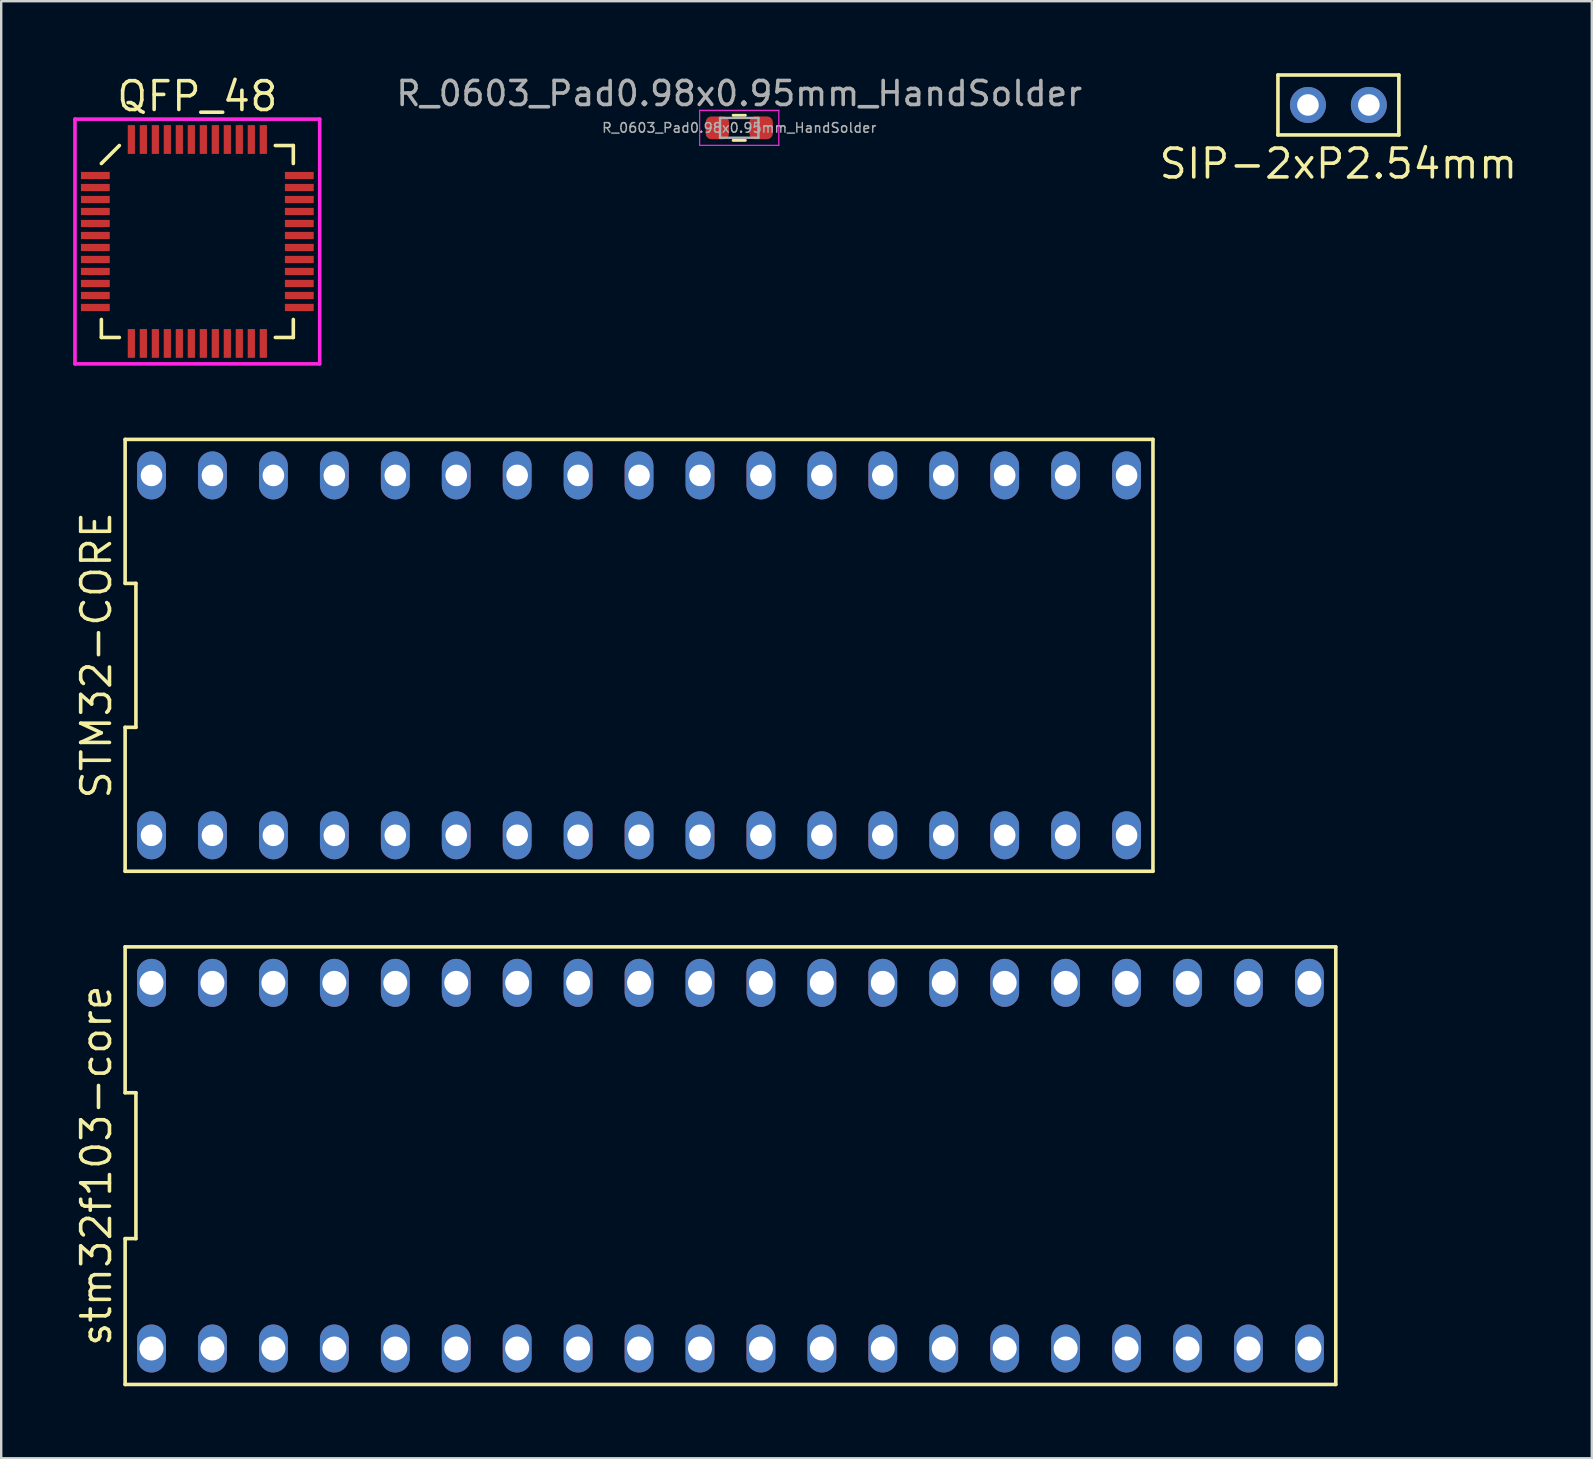
<source format=kicad_pcb>
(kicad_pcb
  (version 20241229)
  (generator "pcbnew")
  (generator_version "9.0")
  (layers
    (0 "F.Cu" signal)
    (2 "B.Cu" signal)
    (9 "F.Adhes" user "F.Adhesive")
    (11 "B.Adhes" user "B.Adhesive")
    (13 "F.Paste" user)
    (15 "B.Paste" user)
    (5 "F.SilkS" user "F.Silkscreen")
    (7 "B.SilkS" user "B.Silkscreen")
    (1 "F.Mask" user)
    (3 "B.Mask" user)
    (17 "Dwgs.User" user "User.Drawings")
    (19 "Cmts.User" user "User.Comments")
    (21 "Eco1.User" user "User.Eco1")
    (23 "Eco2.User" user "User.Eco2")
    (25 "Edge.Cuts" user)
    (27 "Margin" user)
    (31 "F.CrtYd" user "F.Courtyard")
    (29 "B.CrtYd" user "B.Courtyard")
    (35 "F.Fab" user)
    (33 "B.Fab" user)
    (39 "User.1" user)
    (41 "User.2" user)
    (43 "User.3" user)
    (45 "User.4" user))
  (footprint "R_0603_Pad0.98x0.95mm_HandSolder"
    (layer "F.Cu")
    (at 27.761 2.278)
    (property "Reference" "R_0603_Pad0.98x0.95mm_HandSolder" (at 0 -1.43 0) (layer "F.Fab") (effects (font (size 1 1) (thickness 0.15))))
    (attr smd)
    (fp_line (start -0.255 -0.522) (end 0.255 -0.522) (stroke (width 0.12) (type solid)) (layer "F.SilkS"))
    (fp_line (start -0.255 0.522) (end 0.255 0.522) (stroke (width 0.12) (type solid)) (layer "F.SilkS"))
    (fp_line (start -1.65 -0.73) (end 1.65 -0.73) (stroke (width 0.05) (type solid)) (layer "F.CrtYd"))
    (fp_line (start -1.65 0.73) (end -1.65 -0.73) (stroke (width 0.05) (type solid)) (layer "F.CrtYd"))
    (fp_line (start 1.65 -0.73) (end 1.65 0.73) (stroke (width 0.05) (type solid)) (layer "F.CrtYd"))
    (fp_line (start 1.65 0.73) (end -1.65 0.73) (stroke (width 0.05) (type solid)) (layer "F.CrtYd"))
    (fp_line (start -0.8 -0.412) (end 0.8 -0.412) (stroke (width 0.1) (type solid)) (layer "F.Fab"))
    (fp_line (start -0.8 0.412) (end -0.8 -0.412) (stroke (width 0.1) (type solid)) (layer "F.Fab"))
    (fp_line (start 0.8 -0.412) (end 0.8 0.412) (stroke (width 0.1) (type solid)) (layer "F.Fab"))
    (fp_line (start 0.8 0.412) (end -0.8 0.412) (stroke (width 0.1) (type solid)) (layer "F.Fab"))
    (fp_text user "${REFERENCE}" (at 0 0 0) (layer "F.Fab") (effects (font (size 0.4 0.4) (thickness 0.06))))
    (pad "1" smd roundrect (at -0.912 0) (size 0.975 0.95) (layers "F.Cu" "F.Mask" "F.Paste") (roundrect_rratio 0.25))
    (pad "2" smd roundrect (at 0.912 0) (size 0.975 0.95) (layers "F.Cu" "F.Mask" "F.Paste") (roundrect_rratio 0.25)))
  (footprint "STM32-CORE"
    (layer "F.Cu")
    (at 23.585 24.265)
    (property "Reference" "STM32-CORE" (at -22.62 0 90) (layer "F.SilkS") (effects (font (size 1.2 1.2) (thickness 0.15))))
    (attr through_hole)
    (fp_line (start -21.42 -9) (end -21.42 -3) (stroke (width 0.15) (type solid)) (layer "F.SilkS"))
    (fp_line (start -21.42 -3) (end -20.97 -3) (stroke (width 0.15) (type solid)) (layer "F.SilkS"))
    (fp_line (start -21.42 3) (end -21.42 9) (stroke (width 0.15) (type solid)) (layer "F.SilkS"))
    (fp_line (start -21.42 9) (end 21.42 9) (stroke (width 0.15) (type solid)) (layer "F.SilkS"))
    (fp_line (start -20.97 -3) (end -20.97 3) (stroke (width 0.15) (type solid)) (layer "F.SilkS"))
    (fp_line (start -20.97 3) (end -21.42 3) (stroke (width 0.15) (type solid)) (layer "F.SilkS"))
    (fp_line (start 21.42 -9) (end -21.42 -9) (stroke (width 0.15) (type solid)) (layer "F.SilkS"))
    (fp_line (start 21.42 9) (end 21.42 -9) (stroke (width 0.15) (type solid)) (layer "F.SilkS"))
    (pad "1" thru_hole oval (at -20.32 7.5) (size 1.2 2) (drill 0.9) (layers "*.Cu" "*.Mask"))
    (pad "2" thru_hole oval (at -17.78 7.5) (size 1.2 2) (drill 0.9) (layers "*.Cu" "*.Mask"))
    (pad "3" thru_hole oval (at -15.24 7.5) (size 1.2 2) (drill 0.9) (layers "*.Cu" "*.Mask"))
    (pad "4" thru_hole oval (at -12.7 7.5) (size 1.2 2) (drill 0.9) (layers "*.Cu" "*.Mask"))
    (pad "5" thru_hole oval (at -10.16 7.5) (size 1.2 2) (drill 0.9) (layers "*.Cu" "*.Mask"))
    (pad "6" thru_hole oval (at -7.62 7.5) (size 1.2 2) (drill 0.9) (layers "*.Cu" "*.Mask"))
    (pad "7" thru_hole oval (at -5.08 7.5) (size 1.2 2) (drill 0.9) (layers "*.Cu" "*.Mask"))
    (pad "8" thru_hole oval (at -2.54 7.5) (size 1.2 2) (drill 0.9) (layers "*.Cu" "*.Mask"))
    (pad "9" thru_hole oval (at 0 7.5) (size 1.2 2) (drill 0.9) (layers "*.Cu" "*.Mask"))
    (pad "10" thru_hole oval (at 2.54 7.5) (size 1.2 2) (drill 0.9) (layers "*.Cu" "*.Mask"))
    (pad "11" thru_hole oval (at 5.08 7.5) (size 1.2 2) (drill 0.9) (layers "*.Cu" "*.Mask"))
    (pad "12" thru_hole oval (at 7.62 7.5) (size 1.2 2) (drill 0.9) (layers "*.Cu" "*.Mask"))
    (pad "13" thru_hole oval (at 10.16 7.5) (size 1.2 2) (drill 0.9) (layers "*.Cu" "*.Mask"))
    (pad "14" thru_hole oval (at 12.7 7.5) (size 1.2 2) (drill 0.9) (layers "*.Cu" "*.Mask"))
    (pad "15" thru_hole oval (at 15.24 7.5) (size 1.2 2) (drill 0.9) (layers "*.Cu" "*.Mask"))
    (pad "16" thru_hole oval (at 17.78 7.5) (size 1.2 2) (drill 0.9) (layers "*.Cu" "*.Mask"))
    (pad "17" thru_hole oval (at 20.32 7.5) (size 1.2 2) (drill 0.9) (layers "*.Cu" "*.Mask"))
    (pad "18" thru_hole oval (at 20.32 -7.5) (size 1.2 2) (drill 0.9) (layers "*.Cu" "*.Mask"))
    (pad "19" thru_hole oval (at 17.78 -7.5) (size 1.2 2) (drill 0.9) (layers "*.Cu" "*.Mask"))
    (pad "20" thru_hole oval (at 15.24 -7.5) (size 1.2 2) (drill 0.9) (layers "*.Cu" "*.Mask"))
    (pad "21" thru_hole oval (at 12.7 -7.5) (size 1.2 2) (drill 0.9) (layers "*.Cu" "*.Mask"))
    (pad "22" thru_hole oval (at 10.16 -7.5) (size 1.2 2) (drill 0.9) (layers "*.Cu" "*.Mask"))
    (pad "23" thru_hole oval (at 7.62 -7.5) (size 1.2 2) (drill 0.9) (layers "*.Cu" "*.Mask"))
    (pad "24" thru_hole oval (at 5.08 -7.5) (size 1.2 2) (drill 0.9) (layers "*.Cu" "*.Mask"))
    (pad "25" thru_hole oval (at 2.54 -7.5) (size 1.2 2) (drill 0.9) (layers "*.Cu" "*.Mask"))
    (pad "26" thru_hole oval (at 0 -7.5) (size 1.2 2) (drill 0.9) (layers "*.Cu" "*.Mask"))
    (pad "27" thru_hole oval (at -2.54 -7.5) (size 1.2 2) (drill 0.9) (layers "*.Cu" "*.Mask"))
    (pad "28" thru_hole oval (at -5.08 -7.5) (size 1.2 2) (drill 0.9) (layers "*.Cu" "*.Mask"))
    (pad "29" thru_hole oval (at -7.62 -7.5) (size 1.2 2) (drill 0.9) (layers "*.Cu" "*.Mask"))
    (pad "30" thru_hole oval (at -10.16 -7.5) (size 1.2 2) (drill 0.9) (layers "*.Cu" "*.Mask"))
    (pad "31" thru_hole oval (at -12.7 -7.5) (size 1.2 2) (drill 0.9) (layers "*.Cu" "*.Mask"))
    (pad "32" thru_hole oval (at -15.24 -7.5) (size 1.2 2) (drill 0.9) (layers "*.Cu" "*.Mask"))
    (pad "33" thru_hole oval (at -17.78 -7.5) (size 1.2 2) (drill 0.9) (layers "*.Cu" "*.Mask"))
    (pad "34" thru_hole oval (at -20.32 -7.5) (size 1.2 2) (drill 0.9) (layers "*.Cu" "*.Mask")))
  (footprint "stm32f103-core"
    (layer "F.Cu")
    (at 27.395 45.535)
    (property "Reference" "stm32f103-core" (at -26.43 0 90) (layer "F.SilkS") (effects (font (size 1.2 1.2) (thickness 0.15))))
    (attr through_hole)
    (fp_line (start -25.23 -9.12) (end -25.23 -3.04) (stroke (width 0.15) (type solid)) (layer "F.SilkS"))
    (fp_line (start -25.23 -3.04) (end -24.78 -3.04) (stroke (width 0.15) (type solid)) (layer "F.SilkS"))
    (fp_line (start -25.23 3.04) (end -25.23 9.12) (stroke (width 0.15) (type solid)) (layer "F.SilkS"))
    (fp_line (start -25.23 9.12) (end 25.23 9.12) (stroke (width 0.15) (type solid)) (layer "F.SilkS"))
    (fp_line (start -24.78 -3.04) (end -24.78 3.04) (stroke (width 0.15) (type solid)) (layer "F.SilkS"))
    (fp_line (start -24.78 3.04) (end -25.23 3.04) (stroke (width 0.15) (type solid)) (layer "F.SilkS"))
    (fp_line (start 25.23 -9.12) (end -25.23 -9.12) (stroke (width 0.15) (type solid)) (layer "F.SilkS"))
    (fp_line (start 25.23 9.12) (end 25.23 -9.12) (stroke (width 0.15) (type solid)) (layer "F.SilkS"))
    (pad "1" thru_hole oval (at -24.13 7.62) (size 1.2 2) (drill 1) (layers "*.Cu" "*.Mask"))
    (pad "2" thru_hole oval (at -21.59 7.62) (size 1.2 2) (drill 1) (layers "*.Cu" "*.Mask"))
    (pad "3" thru_hole oval (at -19.05 7.62) (size 1.2 2) (drill 1) (layers "*.Cu" "*.Mask"))
    (pad "4" thru_hole oval (at -16.51 7.62) (size 1.2 2) (drill 1) (layers "*.Cu" "*.Mask"))
    (pad "5" thru_hole oval (at -13.97 7.62) (size 1.2 2) (drill 1) (layers "*.Cu" "*.Mask"))
    (pad "6" thru_hole oval (at -11.43 7.62) (size 1.2 2) (drill 1) (layers "*.Cu" "*.Mask"))
    (pad "7" thru_hole oval (at -8.89 7.62) (size 1.2 2) (drill 1) (layers "*.Cu" "*.Mask"))
    (pad "8" thru_hole oval (at -6.35 7.62) (size 1.2 2) (drill 1) (layers "*.Cu" "*.Mask"))
    (pad "9" thru_hole oval (at -3.81 7.62) (size 1.2 2) (drill 1) (layers "*.Cu" "*.Mask"))
    (pad "10" thru_hole oval (at -1.27 7.62) (size 1.2 2) (drill 1) (layers "*.Cu" "*.Mask"))
    (pad "11" thru_hole oval (at 1.27 7.62) (size 1.2 2) (drill 1) (layers "*.Cu" "*.Mask"))
    (pad "12" thru_hole oval (at 3.81 7.62) (size 1.2 2) (drill 1) (layers "*.Cu" "*.Mask"))
    (pad "13" thru_hole oval (at 6.35 7.62) (size 1.2 2) (drill 1) (layers "*.Cu" "*.Mask"))
    (pad "14" thru_hole oval (at 8.89 7.62) (size 1.2 2) (drill 1) (layers "*.Cu" "*.Mask"))
    (pad "15" thru_hole oval (at 11.43 7.62) (size 1.2 2) (drill 1) (layers "*.Cu" "*.Mask"))
    (pad "16" thru_hole oval (at 13.97 7.62) (size 1.2 2) (drill 1) (layers "*.Cu" "*.Mask"))
    (pad "17" thru_hole oval (at 16.51 7.62) (size 1.2 2) (drill 1) (layers "*.Cu" "*.Mask"))
    (pad "18" thru_hole oval (at 19.05 7.62) (size 1.2 2) (drill 1) (layers "*.Cu" "*.Mask"))
    (pad "19" thru_hole oval (at 21.59 7.62) (size 1.2 2) (drill 1) (layers "*.Cu" "*.Mask"))
    (pad "20" thru_hole oval (at 24.13 7.62) (size 1.2 2) (drill 1) (layers "*.Cu" "*.Mask"))
    (pad "21" thru_hole oval (at 24.13 -7.62) (size 1.2 2) (drill 1) (layers "*.Cu" "*.Mask"))
    (pad "22" thru_hole oval (at 21.59 -7.62) (size 1.2 2) (drill 1) (layers "*.Cu" "*.Mask"))
    (pad "23" thru_hole oval (at 19.05 -7.62) (size 1.2 2) (drill 1) (layers "*.Cu" "*.Mask"))
    (pad "24" thru_hole oval (at 16.51 -7.62) (size 1.2 2) (drill 1) (layers "*.Cu" "*.Mask"))
    (pad "25" thru_hole oval (at 13.97 -7.62) (size 1.2 2) (drill 1) (layers "*.Cu" "*.Mask"))
    (pad "26" thru_hole oval (at 11.43 -7.62) (size 1.2 2) (drill 1) (layers "*.Cu" "*.Mask"))
    (pad "27" thru_hole oval (at 8.89 -7.62) (size 1.2 2) (drill 1) (layers "*.Cu" "*.Mask"))
    (pad "28" thru_hole oval (at 6.35 -7.62) (size 1.2 2) (drill 1) (layers "*.Cu" "*.Mask"))
    (pad "29" thru_hole oval (at 3.81 -7.62) (size 1.2 2) (drill 1) (layers "*.Cu" "*.Mask"))
    (pad "30" thru_hole oval (at 1.27 -7.62) (size 1.2 2) (drill 1) (layers "*.Cu" "*.Mask"))
    (pad "31" thru_hole oval (at -1.27 -7.62) (size 1.2 2) (drill 1) (layers "*.Cu" "*.Mask"))
    (pad "32" thru_hole oval (at -3.81 -7.62) (size 1.2 2) (drill 1) (layers "*.Cu" "*.Mask"))
    (pad "33" thru_hole oval (at -6.35 -7.62) (size 1.2 2) (drill 1) (layers "*.Cu" "*.Mask"))
    (pad "34" thru_hole oval (at -8.89 -7.62) (size 1.2 2) (drill 1) (layers "*.Cu" "*.Mask"))
    (pad "35" thru_hole oval (at -11.43 -7.62) (size 1.2 2) (drill 1) (layers "*.Cu" "*.Mask"))
    (pad "36" thru_hole oval (at -13.97 -7.62) (size 1.2 2) (drill 1) (layers "*.Cu" "*.Mask"))
    (pad "37" thru_hole oval (at -16.51 -7.62) (size 1.2 2) (drill 1) (layers "*.Cu" "*.Mask"))
    (pad "38" thru_hole oval (at -19.05 -7.62) (size 1.2 2) (drill 1) (layers "*.Cu" "*.Mask"))
    (pad "39" thru_hole oval (at -21.59 -7.62) (size 1.2 2) (drill 1) (layers "*.Cu" "*.Mask"))
    (pad "40" thru_hole oval (at -24.13 -7.62) (size 1.2 2) (drill 1) (layers "*.Cu" "*.Mask")))
  (footprint "SIP-2xP2.54mm"
    (layer "F.Cu")
    (at 52.734 1.325)
    (property "Reference" "SIP-2xP2.54mm" (at 0 2.45 0) (layer "F.SilkS") (effects (font (size 1.2 1.2) (thickness 0.15))))
    (attr through_hole)
    (fp_line (start -2.52 -1.25) (end 2.52 -1.25) (stroke (width 0.15) (type solid)) (layer "F.SilkS"))
    (fp_line (start -2.52 1.25) (end -2.52 -1.25) (stroke (width 0.15) (type solid)) (layer "F.SilkS"))
    (fp_line (start 2.52 -1.25) (end 2.52 1.25) (stroke (width 0.15) (type solid)) (layer "F.SilkS"))
    (fp_line (start 2.52 1.25) (end -2.52 1.25) (stroke (width 0.15) (type solid)) (layer "F.SilkS"))
    (pad "1" thru_hole circle (at -1.27 0) (size 1.5 1.5) (drill 0.9) (layers "*.Cu" "*.Mask"))
    (pad "2" thru_hole circle (at 1.27 0) (size 1.5 1.5) (drill 0.9) (layers "*.Cu" "*.Mask")))
  (footprint "QFP_48"
    (layer "F.Cu")
    (at 5.175 7.015)
    (property "Reference" "QFP_48" (at 0 -6.05 0) (layer "F.SilkS") (effects (font (size 1.2 1.2) (thickness 0.15))))
    (attr through_hole)
    (fp_line (start -4 -3.25) (end -3.25 -4) (stroke (width 0.15) (type solid)) (layer "F.SilkS"))
    (fp_line (start -4 4) (end -4 3.25) (stroke (width 0.15) (type solid)) (layer "F.SilkS"))
    (fp_line (start -3.25 4) (end -4 4) (stroke (width 0.15) (type solid)) (layer "F.SilkS"))
    (fp_line (start 3.25 -4) (end 4 -4) (stroke (width 0.15) (type solid)) (layer "F.SilkS"))
    (fp_line (start 3.25 4) (end 4 4) (stroke (width 0.15) (type solid)) (layer "F.SilkS"))
    (fp_line (start 4 -4) (end 4 -3.25) (stroke (width 0.15) (type solid)) (layer "F.SilkS"))
    (fp_line (start 4 4) (end 4 3.25) (stroke (width 0.15) (type solid)) (layer "F.SilkS"))
    (fp_line (start -5.1 -5.1) (end 5.1 -5.1) (stroke (width 0.15) (type solid)) (layer "F.CrtYd"))
    (fp_line (start -5.1 5.1) (end -5.1 -5.1) (stroke (width 0.15) (type solid)) (layer "F.CrtYd"))
    (fp_line (start 5.1 -5.1) (end 5.1 5.1) (stroke (width 0.15) (type solid)) (layer "F.CrtYd"))
    (fp_line (start 5.1 5.1) (end -5.1 5.1) (stroke (width 0.15) (type solid)) (layer "F.CrtYd"))
    (pad "1" smd rect (at -4.25 -2.75 90) (size 0.3 1.2) (layers "F.Cu" "F.Mask" "F.Paste"))
    (pad "2" smd rect (at -4.25 -2.25 90) (size 0.3 1.2) (layers "F.Cu" "F.Mask" "F.Paste"))
    (pad "3" smd rect (at -4.25 -1.75 90) (size 0.3 1.2) (layers "F.Cu" "F.Mask" "F.Paste"))
    (pad "4" smd rect (at -4.25 -1.25 90) (size 0.3 1.2) (layers "F.Cu" "F.Mask" "F.Paste"))
    (pad "5" smd rect (at -4.25 -0.75 90) (size 0.3 1.2) (layers "F.Cu" "F.Mask" "F.Paste"))
    (pad "6" smd rect (at -4.25 -0.25 90) (size 0.3 1.2) (layers "F.Cu" "F.Mask" "F.Paste"))
    (pad "7" smd rect (at -4.25 0.25 90) (size 0.3 1.2) (layers "F.Cu" "F.Mask" "F.Paste"))
    (pad "8" smd rect (at -4.25 0.75 90) (size 0.3 1.2) (layers "F.Cu" "F.Mask" "F.Paste"))
    (pad "9" smd rect (at -4.25 1.25 90) (size 0.3 1.2) (layers "F.Cu" "F.Mask" "F.Paste"))
    (pad "10" smd rect (at -4.25 1.75 90) (size 0.3 1.2) (layers "F.Cu" "F.Mask" "F.Paste"))
    (pad "11" smd rect (at -4.25 2.25 90) (size 0.3 1.2) (layers "F.Cu" "F.Mask" "F.Paste"))
    (pad "12" smd rect (at -4.25 2.75 90) (size 0.3 1.2) (layers "F.Cu" "F.Mask" "F.Paste"))
    (pad "13" smd rect (at -2.75 4.25) (size 0.3 1.2) (layers "F.Cu" "F.Mask" "F.Paste"))
    (pad "14" smd rect (at -2.25 4.25) (size 0.3 1.2) (layers "F.Cu" "F.Mask" "F.Paste"))
    (pad "15" smd rect (at -1.75 4.25) (size 0.3 1.2) (layers "F.Cu" "F.Mask" "F.Paste"))
    (pad "16" smd rect (at -1.25 4.25) (size 0.3 1.2) (layers "F.Cu" "F.Mask" "F.Paste"))
    (pad "17" smd rect (at -0.75 4.25) (size 0.3 1.2) (layers "F.Cu" "F.Mask" "F.Paste"))
    (pad "18" smd rect (at -0.25 4.25) (size 0.3 1.2) (layers "F.Cu" "F.Mask" "F.Paste"))
    (pad "19" smd rect (at 0.25 4.25) (size 0.3 1.2) (layers "F.Cu" "F.Mask" "F.Paste"))
    (pad "20" smd rect (at 0.75 4.25) (size 0.3 1.2) (layers "F.Cu" "F.Mask" "F.Paste"))
    (pad "21" smd rect (at 1.25 4.25) (size 0.3 1.2) (layers "F.Cu" "F.Mask" "F.Paste"))
    (pad "22" smd rect (at 1.75 4.25) (size 0.3 1.2) (layers "F.Cu" "F.Mask" "F.Paste"))
    (pad "23" smd rect (at 2.25 4.25) (size 0.3 1.2) (layers "F.Cu" "F.Mask" "F.Paste"))
    (pad "24" smd rect (at 2.75 4.25) (size 0.3 1.2) (layers "F.Cu" "F.Mask" "F.Paste"))
    (pad "25" smd rect (at 4.25 2.75 90) (size 0.3 1.2) (layers "F.Cu" "F.Mask" "F.Paste"))
    (pad "26" smd rect (at 4.25 2.25 90) (size 0.3 1.2) (layers "F.Cu" "F.Mask" "F.Paste"))
    (pad "27" smd rect (at 4.25 1.75 90) (size 0.3 1.2) (layers "F.Cu" "F.Mask" "F.Paste"))
    (pad "28" smd rect (at 4.25 1.25 90) (size 0.3 1.2) (layers "F.Cu" "F.Mask" "F.Paste"))
    (pad "29" smd rect (at 4.25 0.75 90) (size 0.3 1.2) (layers "F.Cu" "F.Mask" "F.Paste"))
    (pad "30" smd rect (at 4.25 0.25 90) (size 0.3 1.2) (layers "F.Cu" "F.Mask" "F.Paste"))
    (pad "31" smd rect (at 4.25 -0.25 90) (size 0.3 1.2) (layers "F.Cu" "F.Mask" "F.Paste"))
    (pad "32" smd rect (at 4.25 -0.75 90) (size 0.3 1.2) (layers "F.Cu" "F.Mask" "F.Paste"))
    (pad "33" smd rect (at 4.25 -1.25 90) (size 0.3 1.2) (layers "F.Cu" "F.Mask" "F.Paste"))
    (pad "34" smd rect (at 4.25 -1.75 90) (size 0.3 1.2) (layers "F.Cu" "F.Mask" "F.Paste"))
    (pad "35" smd rect (at 4.25 -2.25 90) (size 0.3 1.2) (layers "F.Cu" "F.Mask" "F.Paste"))
    (pad "36" smd rect (at 4.25 -2.75 90) (size 0.3 1.2) (layers "F.Cu" "F.Mask" "F.Paste"))
    (pad "37" smd rect (at 2.75 -4.25) (size 0.3 1.2) (layers "F.Cu" "F.Mask" "F.Paste"))
    (pad "38" smd rect (at 2.25 -4.25) (size 0.3 1.2) (layers "F.Cu" "F.Mask" "F.Paste"))
    (pad "39" smd rect (at 1.75 -4.25) (size 0.3 1.2) (layers "F.Cu" "F.Mask" "F.Paste"))
    (pad "40" smd rect (at 1.25 -4.25) (size 0.3 1.2) (layers "F.Cu" "F.Mask" "F.Paste"))
    (pad "41" smd rect (at 0.75 -4.25) (size 0.3 1.2) (layers "F.Cu" "F.Mask" "F.Paste"))
    (pad "42" smd rect (at 0.25 -4.25) (size 0.3 1.2) (layers "F.Cu" "F.Mask" "F.Paste"))
    (pad "43" smd rect (at -0.25 -4.25) (size 0.3 1.2) (layers "F.Cu" "F.Mask" "F.Paste"))
    (pad "44" smd rect (at -0.75 -4.25) (size 0.3 1.2) (layers "F.Cu" "F.Mask" "F.Paste"))
    (pad "45" smd rect (at -1.25 -4.25) (size 0.3 1.2) (layers "F.Cu" "F.Mask" "F.Paste"))
    (pad "46" smd rect (at -1.75 -4.25) (size 0.3 1.2) (layers "F.Cu" "F.Mask" "F.Paste"))
    (pad "47" smd rect (at -2.25 -4.25) (size 0.3 1.2) (layers "F.Cu" "F.Mask" "F.Paste"))
    (pad "48" smd rect (at -2.75 -4.25) (size 0.3 1.2) (layers "F.Cu" "F.Mask" "F.Paste")))
  (gr_rect
    (start -3 -3)
    (end 63.296 57.73)
    (stroke (width 0.1) (type default))
    (fill no)
    (layer "Edge.Cuts")))
</source>
